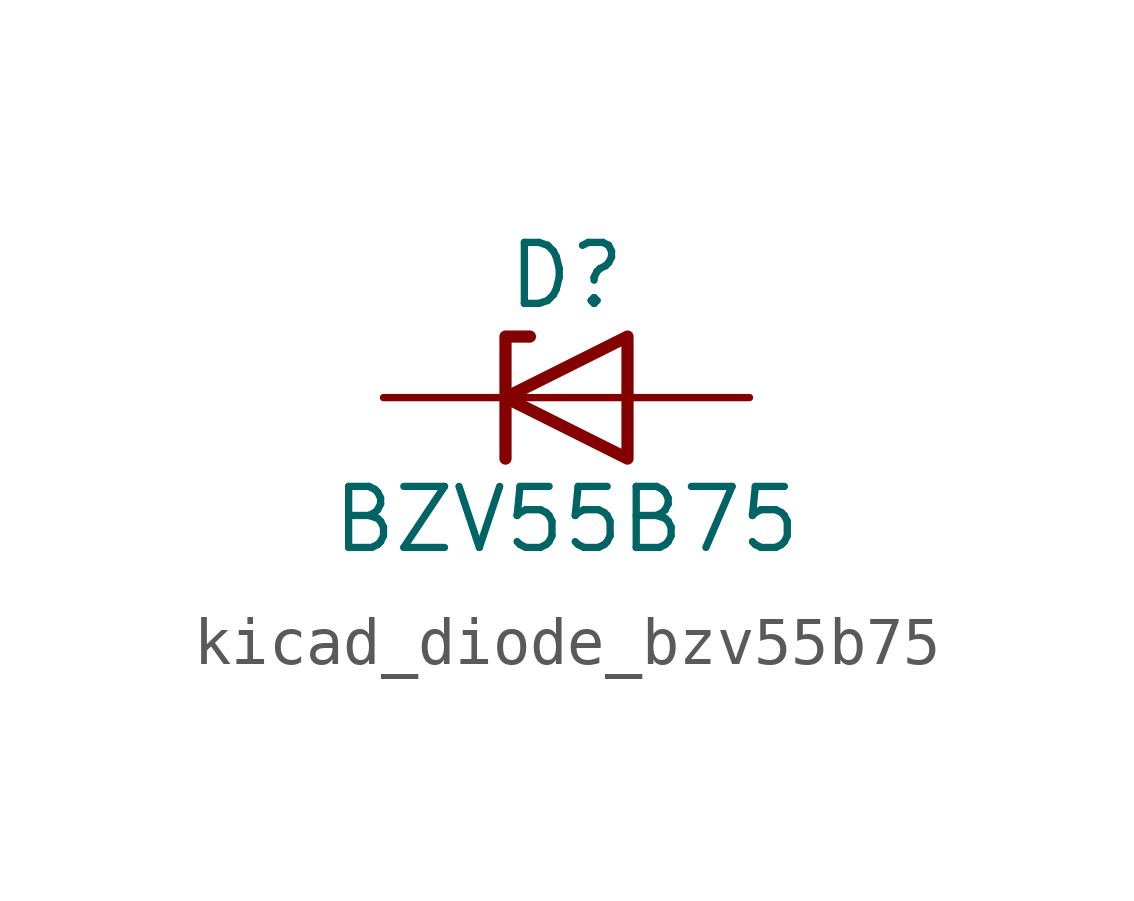
<source format=kicad_sym>
(kicad_symbol_lib
  (version 20220914)
  (generator kicad_symbol_editor)
  (symbol "kicad_diode_bzv55b75"
    (pin_numbers hide)
    (pin_names hide)
    (property "Reference" "D"
      (at 0 2.54 0)
      (effects (font (size 1.27 1.27))))
    (property "Value" "BZV55B75"
      (at 0 -2.54 0)
      (effects (font (size 1.27 1.27))))
    (symbol "kicad_diode_bzv55b75_0_1"
      (polyline (pts (xy 1.27 0) (xy -1.27 0)) (stroke (width 0) (type default)) (fill (type none)))
      (polyline (pts (xy -1.27 -1.27) (xy -1.27 1.27) (xy -0.762 1.27)) (stroke (width 0.254) (type default)) (fill (type none)))
      (polyline (pts (xy 1.27 -1.27) (xy 1.27 1.27) (xy -1.27 0) (xy 1.27 -1.27)) (stroke (width 0.254) (type default)) (fill (type none))))
    (symbol "kicad_diode_bzv55b75_1_1"
      (pin passive line (at -3.81 0 0) (length 2.54) (name "K" (effects (font (size 1.27 1.27)))) (number "1" (effects (font (size 1.27 1.27)))))
      (pin passive line (at 3.81 0 180) (length 2.54) (name "A" (effects (font (size 1.27 1.27)))) (number "2" (effects (font (size 1.27 1.27))))))))
</source>
